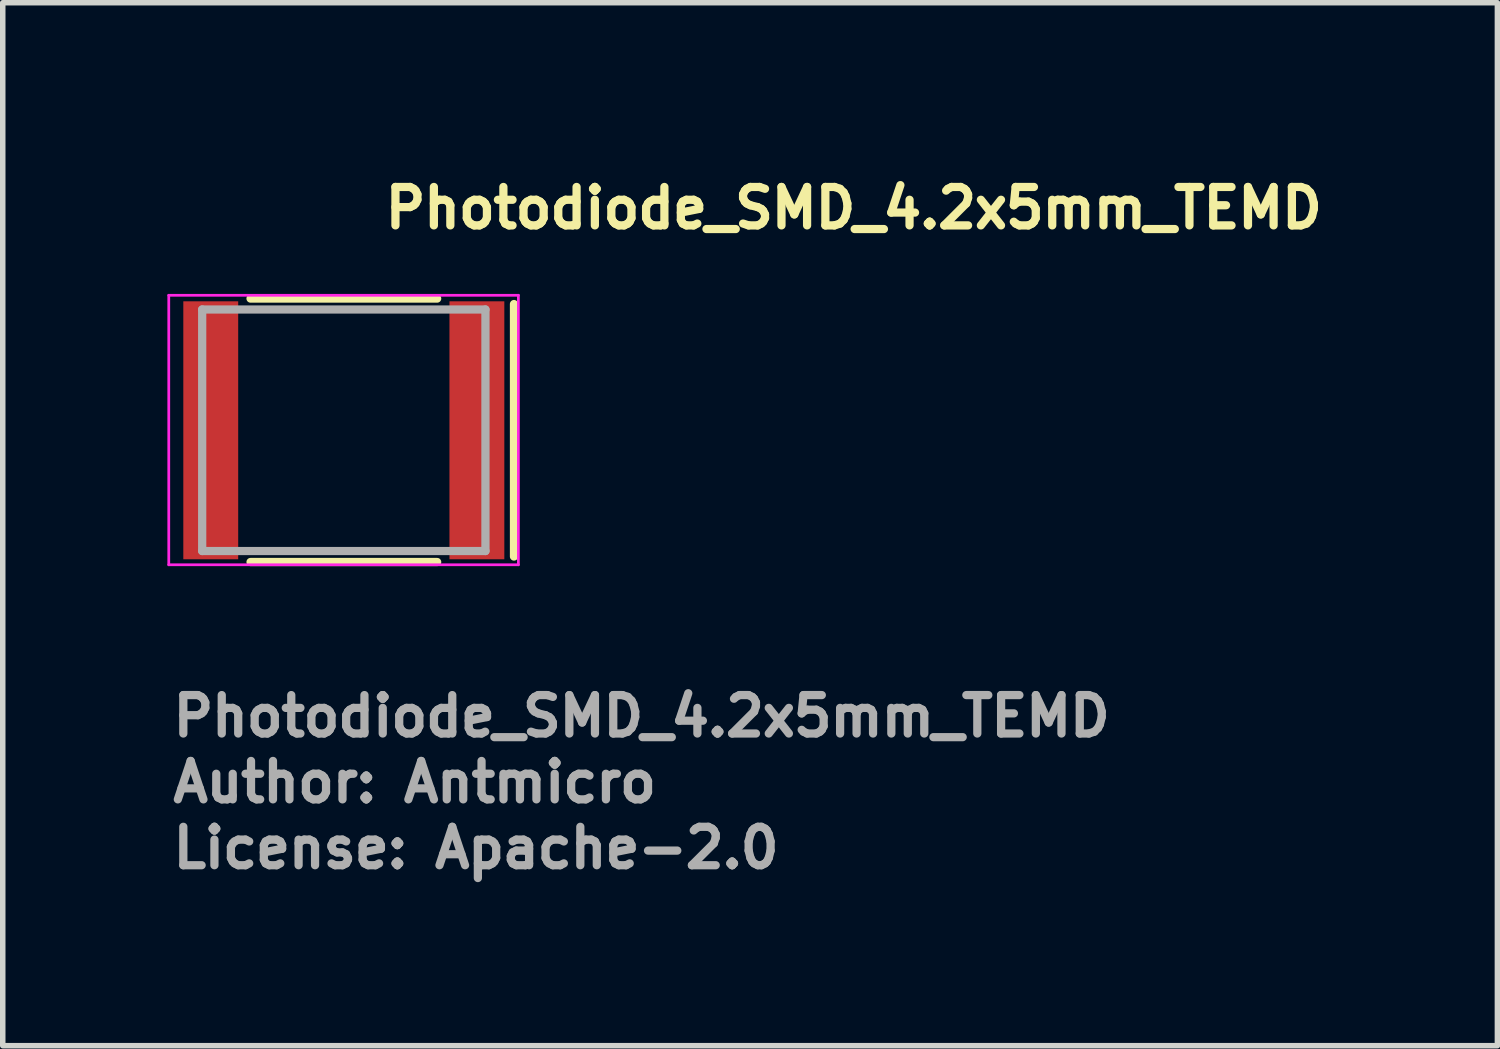
<source format=kicad_pcb>
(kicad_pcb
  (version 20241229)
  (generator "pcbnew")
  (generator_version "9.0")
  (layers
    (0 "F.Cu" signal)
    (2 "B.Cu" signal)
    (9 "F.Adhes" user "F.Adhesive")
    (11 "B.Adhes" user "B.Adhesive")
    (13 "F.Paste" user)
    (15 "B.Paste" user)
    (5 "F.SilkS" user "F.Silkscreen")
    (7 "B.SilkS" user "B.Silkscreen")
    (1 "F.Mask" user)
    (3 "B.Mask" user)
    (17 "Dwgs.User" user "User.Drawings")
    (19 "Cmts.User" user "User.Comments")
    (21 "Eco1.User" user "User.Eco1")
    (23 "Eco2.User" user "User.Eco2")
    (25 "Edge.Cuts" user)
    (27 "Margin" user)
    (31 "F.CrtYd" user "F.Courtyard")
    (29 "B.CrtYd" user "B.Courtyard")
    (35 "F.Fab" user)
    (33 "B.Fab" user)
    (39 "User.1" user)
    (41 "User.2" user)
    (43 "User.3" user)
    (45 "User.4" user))
  (footprint "Photodiode_SMD_4.2x5mm_TEMD"
    (layer "F.Cu")
    (at 3.215 4.79)
    (property "Reference" "Photodiode_SMD_4.2x5mm_TEMD" (at 0.675 -3.64 0) (layer "F.SilkS") (effects (font (size 0.7 0.7) (thickness 0.15)) (justify left bottom)))
    (attr smd)
    (fp_line (start -1.7 -2.4) (end 1.7 -2.4) (stroke (width 0.15) (type solid)) (layer "F.SilkS"))
    (fp_line (start -1.7 2.4) (end 1.7 2.4) (stroke (width 0.15) (type solid)) (layer "F.SilkS"))
    (fp_line (start 3.1 -2.3) (end 3.1 2.3) (stroke (width 0.15) (type solid)) (layer "F.SilkS"))
    (fp_line (start -3.19 -2.46) (end 3.18 -2.46) (stroke (width 0.05) (type solid)) (layer "F.CrtYd"))
    (fp_line (start -3.19 2.45) (end -3.19 -2.46) (stroke (width 0.05) (type solid)) (layer "F.CrtYd"))
    (fp_line (start 3.18 -2.46) (end 3.18 2.45) (stroke (width 0.05) (type solid)) (layer "F.CrtYd"))
    (fp_line (start 3.18 2.45) (end -3.19 2.45) (stroke (width 0.05) (type solid)) (layer "F.CrtYd"))
    (fp_line (start -2.581 -2.201) (end 2.58 -2.201) (stroke (width 0.15) (type solid)) (layer "F.Fab"))
    (fp_line (start -2.581 2.2) (end -2.581 -2.201) (stroke (width 0.15) (type solid)) (layer "F.Fab"))
    (fp_line (start 2.58 -2.201) (end 2.58 2.2) (stroke (width 0.15) (type solid)) (layer "F.Fab"))
    (fp_line (start 2.58 2.2) (end -2.581 2.2) (stroke (width 0.15) (type solid)) (layer "F.Fab"))
    (fp_line (start -2.5 -2.12) (end -2.5 -1.268) (stroke (width 0.01) (type solid)) (layer "User.9"))
    (fp_line (start -2.5 -1.268) (end -2.5 -0.733) (stroke (width 0.01) (type solid)) (layer "User.9"))
    (fp_line (start -2.5 -1.268) (end -2.484 -1.256) (stroke (width 0.01) (type solid)) (layer "User.9"))
    (fp_line (start -2.5 -0.733) (end -2.5 0.733) (stroke (width 0.01) (type solid)) (layer "User.9"))
    (fp_line (start -2.5 -0.733) (end -2.484 -0.744) (stroke (width 0.01) (type solid)) (layer "User.9"))
    (fp_line (start -2.5 0.733) (end -2.5 1.268) (stroke (width 0.01) (type solid)) (layer "User.9"))
    (fp_line (start -2.5 0.733) (end -2.484 0.744) (stroke (width 0.01) (type solid)) (layer "User.9"))
    (fp_line (start -2.5 1.268) (end -2.5 2.12) (stroke (width 0.01) (type solid)) (layer "User.9"))
    (fp_line (start -2.5 1.268) (end -2.484 1.256) (stroke (width 0.01) (type solid)) (layer "User.9"))
    (fp_line (start -2.5 2.12) (end -2.2 2.12) (stroke (width 0.01) (type solid)) (layer "User.9"))
    (fp_line (start -2.484 -1.256) (end -2.5 -1.268) (stroke (width 0.01) (type solid)) (layer "User.9"))
    (fp_line (start -2.484 -1.256) (end -2.469 -1.243) (stroke (width 0.01) (type solid)) (layer "User.9"))
    (fp_line (start -2.484 -0.744) (end -2.5 -0.733) (stroke (width 0.01) (type solid)) (layer "User.9"))
    (fp_line (start -2.484 -0.744) (end -2.469 -0.757) (stroke (width 0.01) (type solid)) (layer "User.9"))
    (fp_line (start -2.484 0.744) (end -2.5 0.733) (stroke (width 0.01) (type solid)) (layer "User.9"))
    (fp_line (start -2.484 0.744) (end -2.469 0.757) (stroke (width 0.01) (type solid)) (layer "User.9"))
    (fp_line (start -2.484 1.256) (end -2.5 1.268) (stroke (width 0.01) (type solid)) (layer "User.9"))
    (fp_line (start -2.484 1.256) (end -2.469 1.243) (stroke (width 0.01) (type solid)) (layer "User.9"))
    (fp_line (start -2.469 -1.243) (end -2.484 -1.256) (stroke (width 0.01) (type solid)) (layer "User.9"))
    (fp_line (start -2.469 -1.243) (end -2.455 -1.229) (stroke (width 0.01) (type solid)) (layer "User.9"))
    (fp_line (start -2.469 -0.757) (end -2.484 -0.744) (stroke (width 0.01) (type solid)) (layer "User.9"))
    (fp_line (start -2.469 -0.757) (end -2.455 -0.771) (stroke (width 0.01) (type solid)) (layer "User.9"))
    (fp_line (start -2.469 0.757) (end -2.484 0.744) (stroke (width 0.01) (type solid)) (layer "User.9"))
    (fp_line (start -2.469 0.757) (end -2.455 0.771) (stroke (width 0.01) (type solid)) (layer "User.9"))
    (fp_line (start -2.469 1.243) (end -2.484 1.256) (stroke (width 0.01) (type solid)) (layer "User.9"))
    (fp_line (start -2.469 1.243) (end -2.455 1.229) (stroke (width 0.01) (type solid)) (layer "User.9"))
    (fp_line (start -2.455 -1.229) (end -2.469 -1.243) (stroke (width 0.01) (type solid)) (layer "User.9"))
    (fp_line (start -2.455 -1.229) (end -2.441 -1.215) (stroke (width 0.01) (type solid)) (layer "User.9"))
    (fp_line (start -2.455 -0.771) (end -2.469 -0.757) (stroke (width 0.01) (type solid)) (layer "User.9"))
    (fp_line (start -2.455 -0.771) (end -2.441 -0.785) (stroke (width 0.01) (type solid)) (layer "User.9"))
    (fp_line (start -2.455 0.771) (end -2.469 0.757) (stroke (width 0.01) (type solid)) (layer "User.9"))
    (fp_line (start -2.455 0.771) (end -2.441 0.785) (stroke (width 0.01) (type solid)) (layer "User.9"))
    (fp_line (start -2.455 1.229) (end -2.469 1.243) (stroke (width 0.01) (type solid)) (layer "User.9"))
    (fp_line (start -2.455 1.229) (end -2.441 1.215) (stroke (width 0.01) (type solid)) (layer "User.9"))
    (fp_line (start -2.441 -1.215) (end -2.455 -1.229) (stroke (width 0.01) (type solid)) (layer "User.9"))
    (fp_line (start -2.441 -1.215) (end -2.429 -1.2) (stroke (width 0.01) (type solid)) (layer "User.9"))
    (fp_line (start -2.441 -0.785) (end -2.455 -0.771) (stroke (width 0.01) (type solid)) (layer "User.9"))
    (fp_line (start -2.441 -0.785) (end -2.429 -0.8) (stroke (width 0.01) (type solid)) (layer "User.9"))
    (fp_line (start -2.441 0.785) (end -2.455 0.771) (stroke (width 0.01) (type solid)) (layer "User.9"))
    (fp_line (start -2.441 0.785) (end -2.429 0.8) (stroke (width 0.01) (type solid)) (layer "User.9"))
    (fp_line (start -2.441 1.215) (end -2.455 1.229) (stroke (width 0.01) (type solid)) (layer "User.9"))
    (fp_line (start -2.441 1.215) (end -2.429 1.2) (stroke (width 0.01) (type solid)) (layer "User.9"))
    (fp_line (start -2.429 -1.2) (end -2.441 -1.215) (stroke (width 0.01) (type solid)) (layer "User.9"))
    (fp_line (start -2.429 -1.2) (end -2.417 -1.184) (stroke (width 0.01) (type solid)) (layer "User.9"))
    (fp_line (start -2.429 -0.8) (end -2.441 -0.785) (stroke (width 0.01) (type solid)) (layer "User.9"))
    (fp_line (start -2.429 -0.8) (end -2.417 -0.816) (stroke (width 0.01) (type solid)) (layer "User.9"))
    (fp_line (start -2.429 0.8) (end -2.441 0.785) (stroke (width 0.01) (type solid)) (layer "User.9"))
    (fp_line (start -2.429 0.8) (end -2.417 0.816) (stroke (width 0.01) (type solid)) (layer "User.9"))
    (fp_line (start -2.429 1.2) (end -2.441 1.215) (stroke (width 0.01) (type solid)) (layer "User.9"))
    (fp_line (start -2.429 1.2) (end -2.417 1.184) (stroke (width 0.01) (type solid)) (layer "User.9"))
    (fp_line (start -2.417 -1.184) (end -2.429 -1.2) (stroke (width 0.01) (type solid)) (layer "User.9"))
    (fp_line (start -2.417 -1.184) (end -2.407 -1.168) (stroke (width 0.01) (type solid)) (layer "User.9"))
    (fp_line (start -2.417 -0.816) (end -2.429 -0.8) (stroke (width 0.01) (type solid)) (layer "User.9"))
    (fp_line (start -2.417 -0.816) (end -2.407 -0.832) (stroke (width 0.01) (type solid)) (layer "User.9"))
    (fp_line (start -2.417 0.816) (end -2.429 0.8) (stroke (width 0.01) (type solid)) (layer "User.9"))
    (fp_line (start -2.417 0.816) (end -2.407 0.832) (stroke (width 0.01) (type solid)) (layer "User.9"))
    (fp_line (start -2.417 1.184) (end -2.429 1.2) (stroke (width 0.01) (type solid)) (layer "User.9"))
    (fp_line (start -2.417 1.184) (end -2.407 1.168) (stroke (width 0.01) (type solid)) (layer "User.9"))
    (fp_line (start -2.407 -1.168) (end -2.417 -1.184) (stroke (width 0.01) (type solid)) (layer "User.9"))
    (fp_line (start -2.407 -1.168) (end -2.397 -1.151) (stroke (width 0.01) (type solid)) (layer "User.9"))
    (fp_line (start -2.407 -0.832) (end -2.417 -0.816) (stroke (width 0.01) (type solid)) (layer "User.9"))
    (fp_line (start -2.407 -0.832) (end -2.397 -0.849) (stroke (width 0.01) (type solid)) (layer "User.9"))
    (fp_line (start -2.407 0.832) (end -2.417 0.816) (stroke (width 0.01) (type solid)) (layer "User.9"))
    (fp_line (start -2.407 0.832) (end -2.397 0.849) (stroke (width 0.01) (type solid)) (layer "User.9"))
    (fp_line (start -2.407 1.168) (end -2.417 1.184) (stroke (width 0.01) (type solid)) (layer "User.9"))
    (fp_line (start -2.407 1.168) (end -2.397 1.151) (stroke (width 0.01) (type solid)) (layer "User.9"))
    (fp_line (start -2.397 -1.151) (end -2.407 -1.168) (stroke (width 0.01) (type solid)) (layer "User.9"))
    (fp_line (start -2.397 -1.151) (end -2.389 -1.133) (stroke (width 0.01) (type solid)) (layer "User.9"))
    (fp_line (start -2.397 -0.849) (end -2.407 -0.832) (stroke (width 0.01) (type solid)) (layer "User.9"))
    (fp_line (start -2.397 -0.849) (end -2.389 -0.867) (stroke (width 0.01) (type solid)) (layer "User.9"))
    (fp_line (start -2.397 0.849) (end -2.407 0.832) (stroke (width 0.01) (type solid)) (layer "User.9"))
    (fp_line (start -2.397 0.849) (end -2.389 0.867) (stroke (width 0.01) (type solid)) (layer "User.9"))
    (fp_line (start -2.397 1.151) (end -2.389 1.133) (stroke (width 0.01) (type solid)) (layer "User.9"))
    (fp_line (start -2.397 1.151) (end -2.407 1.168) (stroke (width 0.01) (type solid)) (layer "User.9"))
    (fp_line (start -2.389 -1.133) (end -2.397 -1.151) (stroke (width 0.01) (type solid)) (layer "User.9"))
    (fp_line (start -2.389 -1.133) (end -2.381 -1.115) (stroke (width 0.01) (type solid)) (layer "User.9"))
    (fp_line (start -2.389 -0.867) (end -2.397 -0.849) (stroke (width 0.01) (type solid)) (layer "User.9"))
    (fp_line (start -2.389 -0.867) (end -2.381 -0.884) (stroke (width 0.01) (type solid)) (layer "User.9"))
    (fp_line (start -2.389 0.867) (end -2.397 0.849) (stroke (width 0.01) (type solid)) (layer "User.9"))
    (fp_line (start -2.389 0.867) (end -2.381 0.884) (stroke (width 0.01) (type solid)) (layer "User.9"))
    (fp_line (start -2.389 1.133) (end -2.397 1.151) (stroke (width 0.01) (type solid)) (layer "User.9"))
    (fp_line (start -2.389 1.133) (end -2.381 1.115) (stroke (width 0.01) (type solid)) (layer "User.9"))
    (fp_line (start -2.381 -1.115) (end -2.389 -1.133) (stroke (width 0.01) (type solid)) (layer "User.9"))
    (fp_line (start -2.381 -1.115) (end -2.375 -1.097) (stroke (width 0.01) (type solid)) (layer "User.9"))
    (fp_line (start -2.381 -0.884) (end -2.389 -0.867) (stroke (width 0.01) (type solid)) (layer "User.9"))
    (fp_line (start -2.381 -0.884) (end -2.375 -0.903) (stroke (width 0.01) (type solid)) (layer "User.9"))
    (fp_line (start -2.381 0.884) (end -2.389 0.867) (stroke (width 0.01) (type solid)) (layer "User.9"))
    (fp_line (start -2.381 0.884) (end -2.375 0.903) (stroke (width 0.01) (type solid)) (layer "User.9"))
    (fp_line (start -2.381 1.115) (end -2.389 1.133) (stroke (width 0.01) (type solid)) (layer "User.9"))
    (fp_line (start -2.381 1.115) (end -2.375 1.097) (stroke (width 0.01) (type solid)) (layer "User.9"))
    (fp_line (start -2.375 -1.097) (end -2.381 -1.115) (stroke (width 0.01) (type solid)) (layer "User.9"))
    (fp_line (start -2.375 -1.097) (end -2.37 -1.078) (stroke (width 0.01) (type solid)) (layer "User.9"))
    (fp_line (start -2.375 -0.903) (end -2.381 -0.884) (stroke (width 0.01) (type solid)) (layer "User.9"))
    (fp_line (start -2.375 -0.903) (end -2.37 -0.922) (stroke (width 0.01) (type solid)) (layer "User.9"))
    (fp_line (start -2.375 0.903) (end -2.381 0.884) (stroke (width 0.01) (type solid)) (layer "User.9"))
    (fp_line (start -2.375 0.903) (end -2.37 0.922) (stroke (width 0.01) (type solid)) (layer "User.9"))
    (fp_line (start -2.375 1.097) (end -2.381 1.115) (stroke (width 0.01) (type solid)) (layer "User.9"))
    (fp_line (start -2.375 1.097) (end -2.37 1.078) (stroke (width 0.01) (type solid)) (layer "User.9"))
    (fp_line (start -2.37 -1.078) (end -2.365 -1.059) (stroke (width 0.01) (type solid)) (layer "User.9"))
    (fp_line (start -2.37 -0.922) (end -2.365 -0.941) (stroke (width 0.01) (type solid)) (layer "User.9"))
    (fp_line (start -2.37 0.922) (end -2.365 0.941) (stroke (width 0.01) (type solid)) (layer "User.9"))
    (fp_line (start -2.37 1.078) (end -2.365 1.059) (stroke (width 0.01) (type solid)) (layer "User.9"))
    (fp_line (start -2.37 -1.078) (end -2.375 -1.097) (stroke (width 0.01) (type solid)) (layer "User.9"))
    (fp_line (start -2.37 -0.922) (end -2.375 -0.903) (stroke (width 0.01) (type solid)) (layer "User.9"))
    (fp_line (start -2.37 0.922) (end -2.375 0.903) (stroke (width 0.01) (type solid)) (layer "User.9"))
    (fp_line (start -2.37 1.078) (end -2.375 1.097) (stroke (width 0.01) (type solid)) (layer "User.9"))
    (fp_line (start -2.365 -1.059) (end -2.37 -1.078) (stroke (width 0.01) (type solid)) (layer "User.9"))
    (fp_line (start -2.365 -1.059) (end -2.362 -1.04) (stroke (width 0.01) (type solid)) (layer "User.9"))
    (fp_line (start -2.365 -0.941) (end -2.37 -0.922) (stroke (width 0.01) (type solid)) (layer "User.9"))
    (fp_line (start -2.365 -0.941) (end -2.362 -0.96) (stroke (width 0.01) (type solid)) (layer "User.9"))
    (fp_line (start -2.365 0.941) (end -2.37 0.922) (stroke (width 0.01) (type solid)) (layer "User.9"))
    (fp_line (start -2.365 0.941) (end -2.362 0.96) (stroke (width 0.01) (type solid)) (layer "User.9"))
    (fp_line (start -2.365 1.059) (end -2.37 1.078) (stroke (width 0.01) (type solid)) (layer "User.9"))
    (fp_line (start -2.365 1.059) (end -2.362 1.04) (stroke (width 0.01) (type solid)) (layer "User.9"))
    (fp_line (start -2.362 -1.04) (end -2.365 -1.059) (stroke (width 0.01) (type solid)) (layer "User.9"))
    (fp_line (start -2.362 -1.04) (end -2.361 -1.02) (stroke (width 0.01) (type solid)) (layer "User.9"))
    (fp_line (start -2.362 -0.96) (end -2.365 -0.941) (stroke (width 0.01) (type solid)) (layer "User.9"))
    (fp_line (start -2.362 -0.96) (end -2.361 -0.98) (stroke (width 0.01) (type solid)) (layer "User.9"))
    (fp_line (start -2.362 0.96) (end -2.365 0.941) (stroke (width 0.01) (type solid)) (layer "User.9"))
    (fp_line (start -2.362 0.96) (end -2.361 0.98) (stroke (width 0.01) (type solid)) (layer "User.9"))
    (fp_line (start -2.362 1.04) (end -2.365 1.059) (stroke (width 0.01) (type solid)) (layer "User.9"))
    (fp_line (start -2.362 1.04) (end -2.361 1.02) (stroke (width 0.01) (type solid)) (layer "User.9"))
    (fp_line (start -2.361 -1.02) (end -2.362 -1.04) (stroke (width 0.01) (type solid)) (layer "User.9"))
    (fp_line (start -2.361 -1.02) (end -2.36 -1) (stroke (width 0.01) (type solid)) (layer "User.9"))
    (fp_line (start -2.361 -0.98) (end -2.362 -0.96) (stroke (width 0.01) (type solid)) (layer "User.9"))
    (fp_line (start -2.361 -0.98) (end -2.36 -1) (stroke (width 0.01) (type solid)) (layer "User.9"))
    (fp_line (start -2.361 0.98) (end -2.362 0.96) (stroke (width 0.01) (type solid)) (layer "User.9"))
    (fp_line (start -2.361 0.98) (end -2.36 1) (stroke (width 0.01) (type solid)) (layer "User.9"))
    (fp_line (start -2.361 1.02) (end -2.362 1.04) (stroke (width 0.01) (type solid)) (layer "User.9"))
    (fp_line (start -2.361 1.02) (end -2.36 1) (stroke (width 0.01) (type solid)) (layer "User.9"))
    (fp_line (start -2.36 -1) (end -2.361 -1.02) (stroke (width 0.01) (type solid)) (layer "User.9"))
    (fp_line (start -2.36 -1) (end -2.361 -0.98) (stroke (width 0.01) (type solid)) (layer "User.9"))
    (fp_line (start -2.36 -1) (end -2.36 -1) (stroke (width 0.01) (type solid)) (layer "User.9"))
    (fp_line (start -2.36 -1) (end -2.36 -1) (stroke (width 0.01) (type solid)) (layer "User.9"))
    (fp_line (start -2.36 1) (end -2.361 0.98) (stroke (width 0.01) (type solid)) (layer "User.9"))
    (fp_line (start -2.36 1) (end -2.361 1.02) (stroke (width 0.01) (type solid)) (layer "User.9"))
    (fp_line (start -2.36 1) (end -2.36 1) (stroke (width 0.01) (type solid)) (layer "User.9"))
    (fp_line (start -2.36 1) (end -2.36 1) (stroke (width 0.01) (type solid)) (layer "User.9"))
    (fp_line (start -2.2 -2.12) (end -2.5 -2.12) (stroke (width 0.01) (type solid)) (layer "User.9"))
    (fp_line (start -2.2 -2.12) (end -2.084 -2.12) (stroke (width 0.01) (type solid)) (layer "User.9"))
    (fp_line (start -2.2 2.12) (end -2.2 -2.12) (stroke (width 0.01) (type solid)) (layer "User.9"))
    (fp_line (start -2.084 -2.12) (end 2.084 -2.12) (stroke (width 0.01) (type solid)) (layer "User.9"))
    (fp_line (start -2.084 2.12) (end -2.2 2.12) (stroke (width 0.01) (type solid)) (layer "User.9"))
    (fp_line (start -2.084 2.12) (end -2.084 -2.12) (stroke (width 0.01) (type solid)) (layer "User.9"))
    (fp_line (start 2.084 -2.12) (end 2.2 -2.12) (stroke (width 0.01) (type solid)) (layer "User.9"))
    (fp_line (start 2.084 2.12) (end -2.084 2.12) (stroke (width 0.01) (type solid)) (layer "User.9"))
    (fp_line (start 2.084 2.12) (end 2.084 -2.12) (stroke (width 0.01) (type solid)) (layer "User.9"))
    (fp_line (start 2.2 2.12) (end 2.084 2.12) (stroke (width 0.01) (type solid)) (layer "User.9"))
    (fp_line (start 2.2 2.12) (end 2.2 -2.12) (stroke (width 0.01) (type solid)) (layer "User.9"))
    (fp_line (start 2.2 2.12) (end 2.5 2.12) (stroke (width 0.01) (type solid)) (layer "User.9"))
    (fp_line (start 2.36 -1) (end 2.36 -1) (stroke (width 0.01) (type solid)) (layer "User.9"))
    (fp_line (start 2.36 -1) (end 2.36 -1) (stroke (width 0.01) (type solid)) (layer "User.9"))
    (fp_line (start 2.36 -1) (end 2.361 -1.02) (stroke (width 0.01) (type solid)) (layer "User.9"))
    (fp_line (start 2.36 -1) (end 2.361 -0.98) (stroke (width 0.01) (type solid)) (layer "User.9"))
    (fp_line (start 2.36 1) (end 2.36 1) (stroke (width 0.01) (type solid)) (layer "User.9"))
    (fp_line (start 2.36 1) (end 2.36 1) (stroke (width 0.01) (type solid)) (layer "User.9"))
    (fp_line (start 2.36 1) (end 2.361 0.98) (stroke (width 0.01) (type solid)) (layer "User.9"))
    (fp_line (start 2.36 1) (end 2.361 1.02) (stroke (width 0.01) (type solid)) (layer "User.9"))
    (fp_line (start 2.361 -1.02) (end 2.36 -1) (stroke (width 0.01) (type solid)) (layer "User.9"))
    (fp_line (start 2.361 -1.02) (end 2.362 -1.04) (stroke (width 0.01) (type solid)) (layer "User.9"))
    (fp_line (start 2.361 -0.98) (end 2.36 -1) (stroke (width 0.01) (type solid)) (layer "User.9"))
    (fp_line (start 2.361 -0.98) (end 2.362 -0.96) (stroke (width 0.01) (type solid)) (layer "User.9"))
    (fp_line (start 2.361 0.98) (end 2.36 1) (stroke (width 0.01) (type solid)) (layer "User.9"))
    (fp_line (start 2.361 0.98) (end 2.362 0.96) (stroke (width 0.01) (type solid)) (layer "User.9"))
    (fp_line (start 2.361 1.02) (end 2.36 1) (stroke (width 0.01) (type solid)) (layer "User.9"))
    (fp_line (start 2.361 1.02) (end 2.362 1.04) (stroke (width 0.01) (type solid)) (layer "User.9"))
    (fp_line (start 2.362 -1.04) (end 2.361 -1.02) (stroke (width 0.01) (type solid)) (layer "User.9"))
    (fp_line (start 2.362 -1.04) (end 2.365 -1.059) (stroke (width 0.01) (type solid)) (layer "User.9"))
    (fp_line (start 2.362 -0.96) (end 2.361 -0.98) (stroke (width 0.01) (type solid)) (layer "User.9"))
    (fp_line (start 2.362 -0.96) (end 2.365 -0.941) (stroke (width 0.01) (type solid)) (layer "User.9"))
    (fp_line (start 2.362 0.96) (end 2.361 0.98) (stroke (width 0.01) (type solid)) (layer "User.9"))
    (fp_line (start 2.362 0.96) (end 2.365 0.941) (stroke (width 0.01) (type solid)) (layer "User.9"))
    (fp_line (start 2.362 1.04) (end 2.361 1.02) (stroke (width 0.01) (type solid)) (layer "User.9"))
    (fp_line (start 2.362 1.04) (end 2.365 1.059) (stroke (width 0.01) (type solid)) (layer "User.9"))
    (fp_line (start 2.365 -1.059) (end 2.362 -1.04) (stroke (width 0.01) (type solid)) (layer "User.9"))
    (fp_line (start 2.365 -1.059) (end 2.37 -1.078) (stroke (width 0.01) (type solid)) (layer "User.9"))
    (fp_line (start 2.365 -0.941) (end 2.362 -0.96) (stroke (width 0.01) (type solid)) (layer "User.9"))
    (fp_line (start 2.365 -0.941) (end 2.37 -0.922) (stroke (width 0.01) (type solid)) (layer "User.9"))
    (fp_line (start 2.365 0.941) (end 2.362 0.96) (stroke (width 0.01) (type solid)) (layer "User.9"))
    (fp_line (start 2.365 0.941) (end 2.37 0.922) (stroke (width 0.01) (type solid)) (layer "User.9"))
    (fp_line (start 2.365 1.059) (end 2.362 1.04) (stroke (width 0.01) (type solid)) (layer "User.9"))
    (fp_line (start 2.365 1.059) (end 2.37 1.078) (stroke (width 0.01) (type solid)) (layer "User.9"))
    (fp_line (start 2.37 -1.078) (end 2.365 -1.059) (stroke (width 0.01) (type solid)) (layer "User.9"))
    (fp_line (start 2.37 -1.078) (end 2.375 -1.097) (stroke (width 0.01) (type solid)) (layer "User.9"))
    (fp_line (start 2.37 -0.922) (end 2.365 -0.941) (stroke (width 0.01) (type solid)) (layer "User.9"))
    (fp_line (start 2.37 -0.922) (end 2.375 -0.903) (stroke (width 0.01) (type solid)) (layer "User.9"))
    (fp_line (start 2.37 0.922) (end 2.365 0.941) (stroke (width 0.01) (type solid)) (layer "User.9"))
    (fp_line (start 2.37 0.922) (end 2.375 0.903) (stroke (width 0.01) (type solid)) (layer "User.9"))
    (fp_line (start 2.37 1.078) (end 2.365 1.059) (stroke (width 0.01) (type solid)) (layer "User.9"))
    (fp_line (start 2.37 1.078) (end 2.375 1.097) (stroke (width 0.01) (type solid)) (layer "User.9"))
    (fp_line (start 2.375 -1.097) (end 2.37 -1.078) (stroke (width 0.01) (type solid)) (layer "User.9"))
    (fp_line (start 2.375 -1.097) (end 2.381 -1.115) (stroke (width 0.01) (type solid)) (layer "User.9"))
    (fp_line (start 2.375 -0.903) (end 2.37 -0.922) (stroke (width 0.01) (type solid)) (layer "User.9"))
    (fp_line (start 2.375 -0.903) (end 2.381 -0.884) (stroke (width 0.01) (type solid)) (layer "User.9"))
    (fp_line (start 2.375 0.903) (end 2.37 0.922) (stroke (width 0.01) (type solid)) (layer "User.9"))
    (fp_line (start 2.375 0.903) (end 2.381 0.884) (stroke (width 0.01) (type solid)) (layer "User.9"))
    (fp_line (start 2.375 1.097) (end 2.37 1.078) (stroke (width 0.01) (type solid)) (layer "User.9"))
    (fp_line (start 2.375 1.097) (end 2.381 1.115) (stroke (width 0.01) (type solid)) (layer "User.9"))
    (fp_line (start 2.381 -1.115) (end 2.375 -1.097) (stroke (width 0.01) (type solid)) (layer "User.9"))
    (fp_line (start 2.381 -1.115) (end 2.389 -1.133) (stroke (width 0.01) (type solid)) (layer "User.9"))
    (fp_line (start 2.381 -0.884) (end 2.375 -0.903) (stroke (width 0.01) (type solid)) (layer "User.9"))
    (fp_line (start 2.381 -0.884) (end 2.389 -0.867) (stroke (width 0.01) (type solid)) (layer "User.9"))
    (fp_line (start 2.381 0.884) (end 2.375 0.903) (stroke (width 0.01) (type solid)) (layer "User.9"))
    (fp_line (start 2.381 0.884) (end 2.389 0.867) (stroke (width 0.01) (type solid)) (layer "User.9"))
    (fp_line (start 2.381 1.115) (end 2.375 1.097) (stroke (width 0.01) (type solid)) (layer "User.9"))
    (fp_line (start 2.381 1.115) (end 2.389 1.133) (stroke (width 0.01) (type solid)) (layer "User.9"))
    (fp_line (start 2.389 -1.133) (end 2.381 -1.115) (stroke (width 0.01) (type solid)) (layer "User.9"))
    (fp_line (start 2.389 -1.133) (end 2.397 -1.151) (stroke (width 0.01) (type solid)) (layer "User.9"))
    (fp_line (start 2.389 -0.867) (end 2.381 -0.884) (stroke (width 0.01) (type solid)) (layer "User.9"))
    (fp_line (start 2.389 -0.867) (end 2.397 -0.849) (stroke (width 0.01) (type solid)) (layer "User.9"))
    (fp_line (start 2.389 0.867) (end 2.381 0.884) (stroke (width 0.01) (type solid)) (layer "User.9"))
    (fp_line (start 2.389 0.867) (end 2.397 0.849) (stroke (width 0.01) (type solid)) (layer "User.9"))
    (fp_line (start 2.389 1.133) (end 2.381 1.115) (stroke (width 0.01) (type solid)) (layer "User.9"))
    (fp_line (start 2.389 1.133) (end 2.397 1.151) (stroke (width 0.01) (type solid)) (layer "User.9"))
    (fp_line (start 2.397 -1.151) (end 2.389 -1.133) (stroke (width 0.01) (type solid)) (layer "User.9"))
    (fp_line (start 2.397 -1.151) (end 2.407 -1.168) (stroke (width 0.01) (type solid)) (layer "User.9"))
    (fp_line (start 2.397 -0.849) (end 2.407 -0.832) (stroke (width 0.01) (type solid)) (layer "User.9"))
    (fp_line (start 2.397 -0.849) (end 2.389 -0.867) (stroke (width 0.01) (type solid)) (layer "User.9"))
    (fp_line (start 2.397 0.849) (end 2.389 0.867) (stroke (width 0.01) (type solid)) (layer "User.9"))
    (fp_line (start 2.397 0.849) (end 2.407 0.832) (stroke (width 0.01) (type solid)) (layer "User.9"))
    (fp_line (start 2.397 1.151) (end 2.407 1.168) (stroke (width 0.01) (type solid)) (layer "User.9"))
    (fp_line (start 2.397 1.151) (end 2.389 1.133) (stroke (width 0.01) (type solid)) (layer "User.9"))
    (fp_line (start 2.407 -1.168) (end 2.397 -1.151) (stroke (width 0.01) (type solid)) (layer "User.9"))
    (fp_line (start 2.407 -1.168) (end 2.417 -1.184) (stroke (width 0.01) (type solid)) (layer "User.9"))
    (fp_line (start 2.407 -0.832) (end 2.397 -0.849) (stroke (width 0.01) (type solid)) (layer "User.9"))
    (fp_line (start 2.407 -0.832) (end 2.417 -0.816) (stroke (width 0.01) (type solid)) (layer "User.9"))
    (fp_line (start 2.407 0.832) (end 2.397 0.849) (stroke (width 0.01) (type solid)) (layer "User.9"))
    (fp_line (start 2.407 0.832) (end 2.417 0.816) (stroke (width 0.01) (type solid)) (layer "User.9"))
    (fp_line (start 2.407 1.168) (end 2.397 1.151) (stroke (width 0.01) (type solid)) (layer "User.9"))
    (fp_line (start 2.407 1.168) (end 2.417 1.184) (stroke (width 0.01) (type solid)) (layer "User.9"))
    (fp_line (start 2.417 -1.184) (end 2.407 -1.168) (stroke (width 0.01) (type solid)) (layer "User.9"))
    (fp_line (start 2.417 -1.184) (end 2.429 -1.2) (stroke (width 0.01) (type solid)) (layer "User.9"))
    (fp_line (start 2.417 -0.816) (end 2.407 -0.832) (stroke (width 0.01) (type solid)) (layer "User.9"))
    (fp_line (start 2.417 -0.816) (end 2.429 -0.8) (stroke (width 0.01) (type solid)) (layer "User.9"))
    (fp_line (start 2.417 0.816) (end 2.407 0.832) (stroke (width 0.01) (type solid)) (layer "User.9"))
    (fp_line (start 2.417 0.816) (end 2.429 0.8) (stroke (width 0.01) (type solid)) (layer "User.9"))
    (fp_line (start 2.417 1.184) (end 2.407 1.168) (stroke (width 0.01) (type solid)) (layer "User.9"))
    (fp_line (start 2.417 1.184) (end 2.429 1.2) (stroke (width 0.01) (type solid)) (layer "User.9"))
    (fp_line (start 2.429 -1.2) (end 2.417 -1.184) (stroke (width 0.01) (type solid)) (layer "User.9"))
    (fp_line (start 2.429 -1.2) (end 2.441 -1.215) (stroke (width 0.01) (type solid)) (layer "User.9"))
    (fp_line (start 2.429 -0.8) (end 2.417 -0.816) (stroke (width 0.01) (type solid)) (layer "User.9"))
    (fp_line (start 2.429 -0.8) (end 2.441 -0.785) (stroke (width 0.01) (type solid)) (layer "User.9"))
    (fp_line (start 2.429 0.8) (end 2.417 0.816) (stroke (width 0.01) (type solid)) (layer "User.9"))
    (fp_line (start 2.429 0.8) (end 2.441 0.785) (stroke (width 0.01) (type solid)) (layer "User.9"))
    (fp_line (start 2.429 1.2) (end 2.417 1.184) (stroke (width 0.01) (type solid)) (layer "User.9"))
    (fp_line (start 2.429 1.2) (end 2.441 1.215) (stroke (width 0.01) (type solid)) (layer "User.9"))
    (fp_line (start 2.441 -1.215) (end 2.429 -1.2) (stroke (width 0.01) (type solid)) (layer "User.9"))
    (fp_line (start 2.441 -1.215) (end 2.455 -1.229) (stroke (width 0.01) (type solid)) (layer "User.9"))
    (fp_line (start 2.441 -0.785) (end 2.429 -0.8) (stroke (width 0.01) (type solid)) (layer "User.9"))
    (fp_line (start 2.441 -0.785) (end 2.455 -0.771) (stroke (width 0.01) (type solid)) (layer "User.9"))
    (fp_line (start 2.441 0.785) (end 2.429 0.8) (stroke (width 0.01) (type solid)) (layer "User.9"))
    (fp_line (start 2.441 0.785) (end 2.455 0.771) (stroke (width 0.01) (type solid)) (layer "User.9"))
    (fp_line (start 2.441 1.215) (end 2.429 1.2) (stroke (width 0.01) (type solid)) (layer "User.9"))
    (fp_line (start 2.441 1.215) (end 2.455 1.229) (stroke (width 0.01) (type solid)) (layer "User.9"))
    (fp_line (start 2.455 -1.229) (end 2.441 -1.215) (stroke (width 0.01) (type solid)) (layer "User.9"))
    (fp_line (start 2.455 -1.229) (end 2.469 -1.243) (stroke (width 0.01) (type solid)) (layer "User.9"))
    (fp_line (start 2.455 -0.771) (end 2.441 -0.785) (stroke (width 0.01) (type solid)) (layer "User.9"))
    (fp_line (start 2.455 -0.771) (end 2.469 -0.757) (stroke (width 0.01) (type solid)) (layer "User.9"))
    (fp_line (start 2.455 0.771) (end 2.441 0.785) (stroke (width 0.01) (type solid)) (layer "User.9"))
    (fp_line (start 2.455 0.771) (end 2.469 0.757) (stroke (width 0.01) (type solid)) (layer "User.9"))
    (fp_line (start 2.455 1.229) (end 2.441 1.215) (stroke (width 0.01) (type solid)) (layer "User.9"))
    (fp_line (start 2.455 1.229) (end 2.469 1.243) (stroke (width 0.01) (type solid)) (layer "User.9"))
    (fp_line (start 2.469 -1.243) (end 2.455 -1.229) (stroke (width 0.01) (type solid)) (layer "User.9"))
    (fp_line (start 2.469 -1.243) (end 2.484 -1.256) (stroke (width 0.01) (type solid)) (layer "User.9"))
    (fp_line (start 2.469 -0.757) (end 2.455 -0.771) (stroke (width 0.01) (type solid)) (layer "User.9"))
    (fp_line (start 2.469 -0.757) (end 2.484 -0.744) (stroke (width 0.01) (type solid)) (layer "User.9"))
    (fp_line (start 2.469 0.757) (end 2.455 0.771) (stroke (width 0.01) (type solid)) (layer "User.9"))
    (fp_line (start 2.469 0.757) (end 2.484 0.744) (stroke (width 0.01) (type solid)) (layer "User.9"))
    (fp_line (start 2.469 1.243) (end 2.455 1.229) (stroke (width 0.01) (type solid)) (layer "User.9"))
    (fp_line (start 2.469 1.243) (end 2.484 1.256) (stroke (width 0.01) (type solid)) (layer "User.9"))
    (fp_line (start 2.484 -1.256) (end 2.469 -1.243) (stroke (width 0.01) (type solid)) (layer "User.9"))
    (fp_line (start 2.484 -1.256) (end 2.5 -1.268) (stroke (width 0.01) (type solid)) (layer "User.9"))
    (fp_line (start 2.484 -0.744) (end 2.469 -0.757) (stroke (width 0.01) (type solid)) (layer "User.9"))
    (fp_line (start 2.484 -0.744) (end 2.5 -0.733) (stroke (width 0.01) (type solid)) (layer "User.9"))
    (fp_line (start 2.484 0.744) (end 2.469 0.757) (stroke (width 0.01) (type solid)) (layer "User.9"))
    (fp_line (start 2.484 0.744) (end 2.5 0.733) (stroke (width 0.01) (type solid)) (layer "User.9"))
    (fp_line (start 2.484 1.256) (end 2.469 1.243) (stroke (width 0.01) (type solid)) (layer "User.9"))
    (fp_line (start 2.484 1.256) (end 2.5 1.268) (stroke (width 0.01) (type solid)) (layer "User.9"))
    (fp_line (start 2.5 -2.12) (end 2.2 -2.12) (stroke (width 0.01) (type solid)) (layer "User.9"))
    (fp_line (start 2.5 -1.268) (end 2.484 -1.256) (stroke (width 0.01) (type solid)) (layer "User.9"))
    (fp_line (start 2.5 -1.268) (end 2.5 -2.12) (stroke (width 0.01) (type solid)) (layer "User.9"))
    (fp_line (start 2.5 -0.733) (end 2.484 -0.744) (stroke (width 0.01) (type solid)) (layer "User.9"))
    (fp_line (start 2.5 -0.733) (end 2.5 -1.268) (stroke (width 0.01) (type solid)) (layer "User.9"))
    (fp_line (start 2.5 0.733) (end 2.484 0.744) (stroke (width 0.01) (type solid)) (layer "User.9"))
    (fp_line (start 2.5 0.733) (end 2.5 -0.733) (stroke (width 0.01) (type solid)) (layer "User.9"))
    (fp_line (start 2.5 1.268) (end 2.484 1.256) (stroke (width 0.01) (type solid)) (layer "User.9"))
    (fp_line (start 2.5 1.268) (end 2.5 0.733) (stroke (width 0.01) (type solid)) (layer "User.9"))
    (fp_line (start 2.5 2.12) (end 2.5 1.268) (stroke (width 0.01) (type solid)) (layer "User.9"))
    (fp_text user "Author: Antmicro" (at -3.19 6.818 0) (layer "F.Fab") (effects (font (size 0.7 0.7) (thickness 0.15)) (justify left bottom)))
    (fp_text user "License: Apache-2.0" (at -3.19 8.018 0) (layer "F.Fab") (effects (font (size 0.7 0.7) (thickness 0.15)) (justify left bottom)))
    (fp_text user "${REFERENCE}" (at -3.19 5.618 0) (layer "F.Fab") (effects (font (size 0.7 0.7) (thickness 0.15)) (justify left bottom)))
    (pad "1" smd rect (at -2.425 0 90) (size 4.7 1) (layers "F.Cu" "F.Mask" "F.Paste"))
    (pad "2" smd rect (at 2.424 0 90) (size 4.7 1) (layers "F.Cu" "F.Mask" "F.Paste")))
  (gr_rect
    (start -3 -3)
    (end 24.233 16.003)
    (stroke (width 0.1) (type default))
    (fill no)
    (layer "Edge.Cuts")))
</source>
